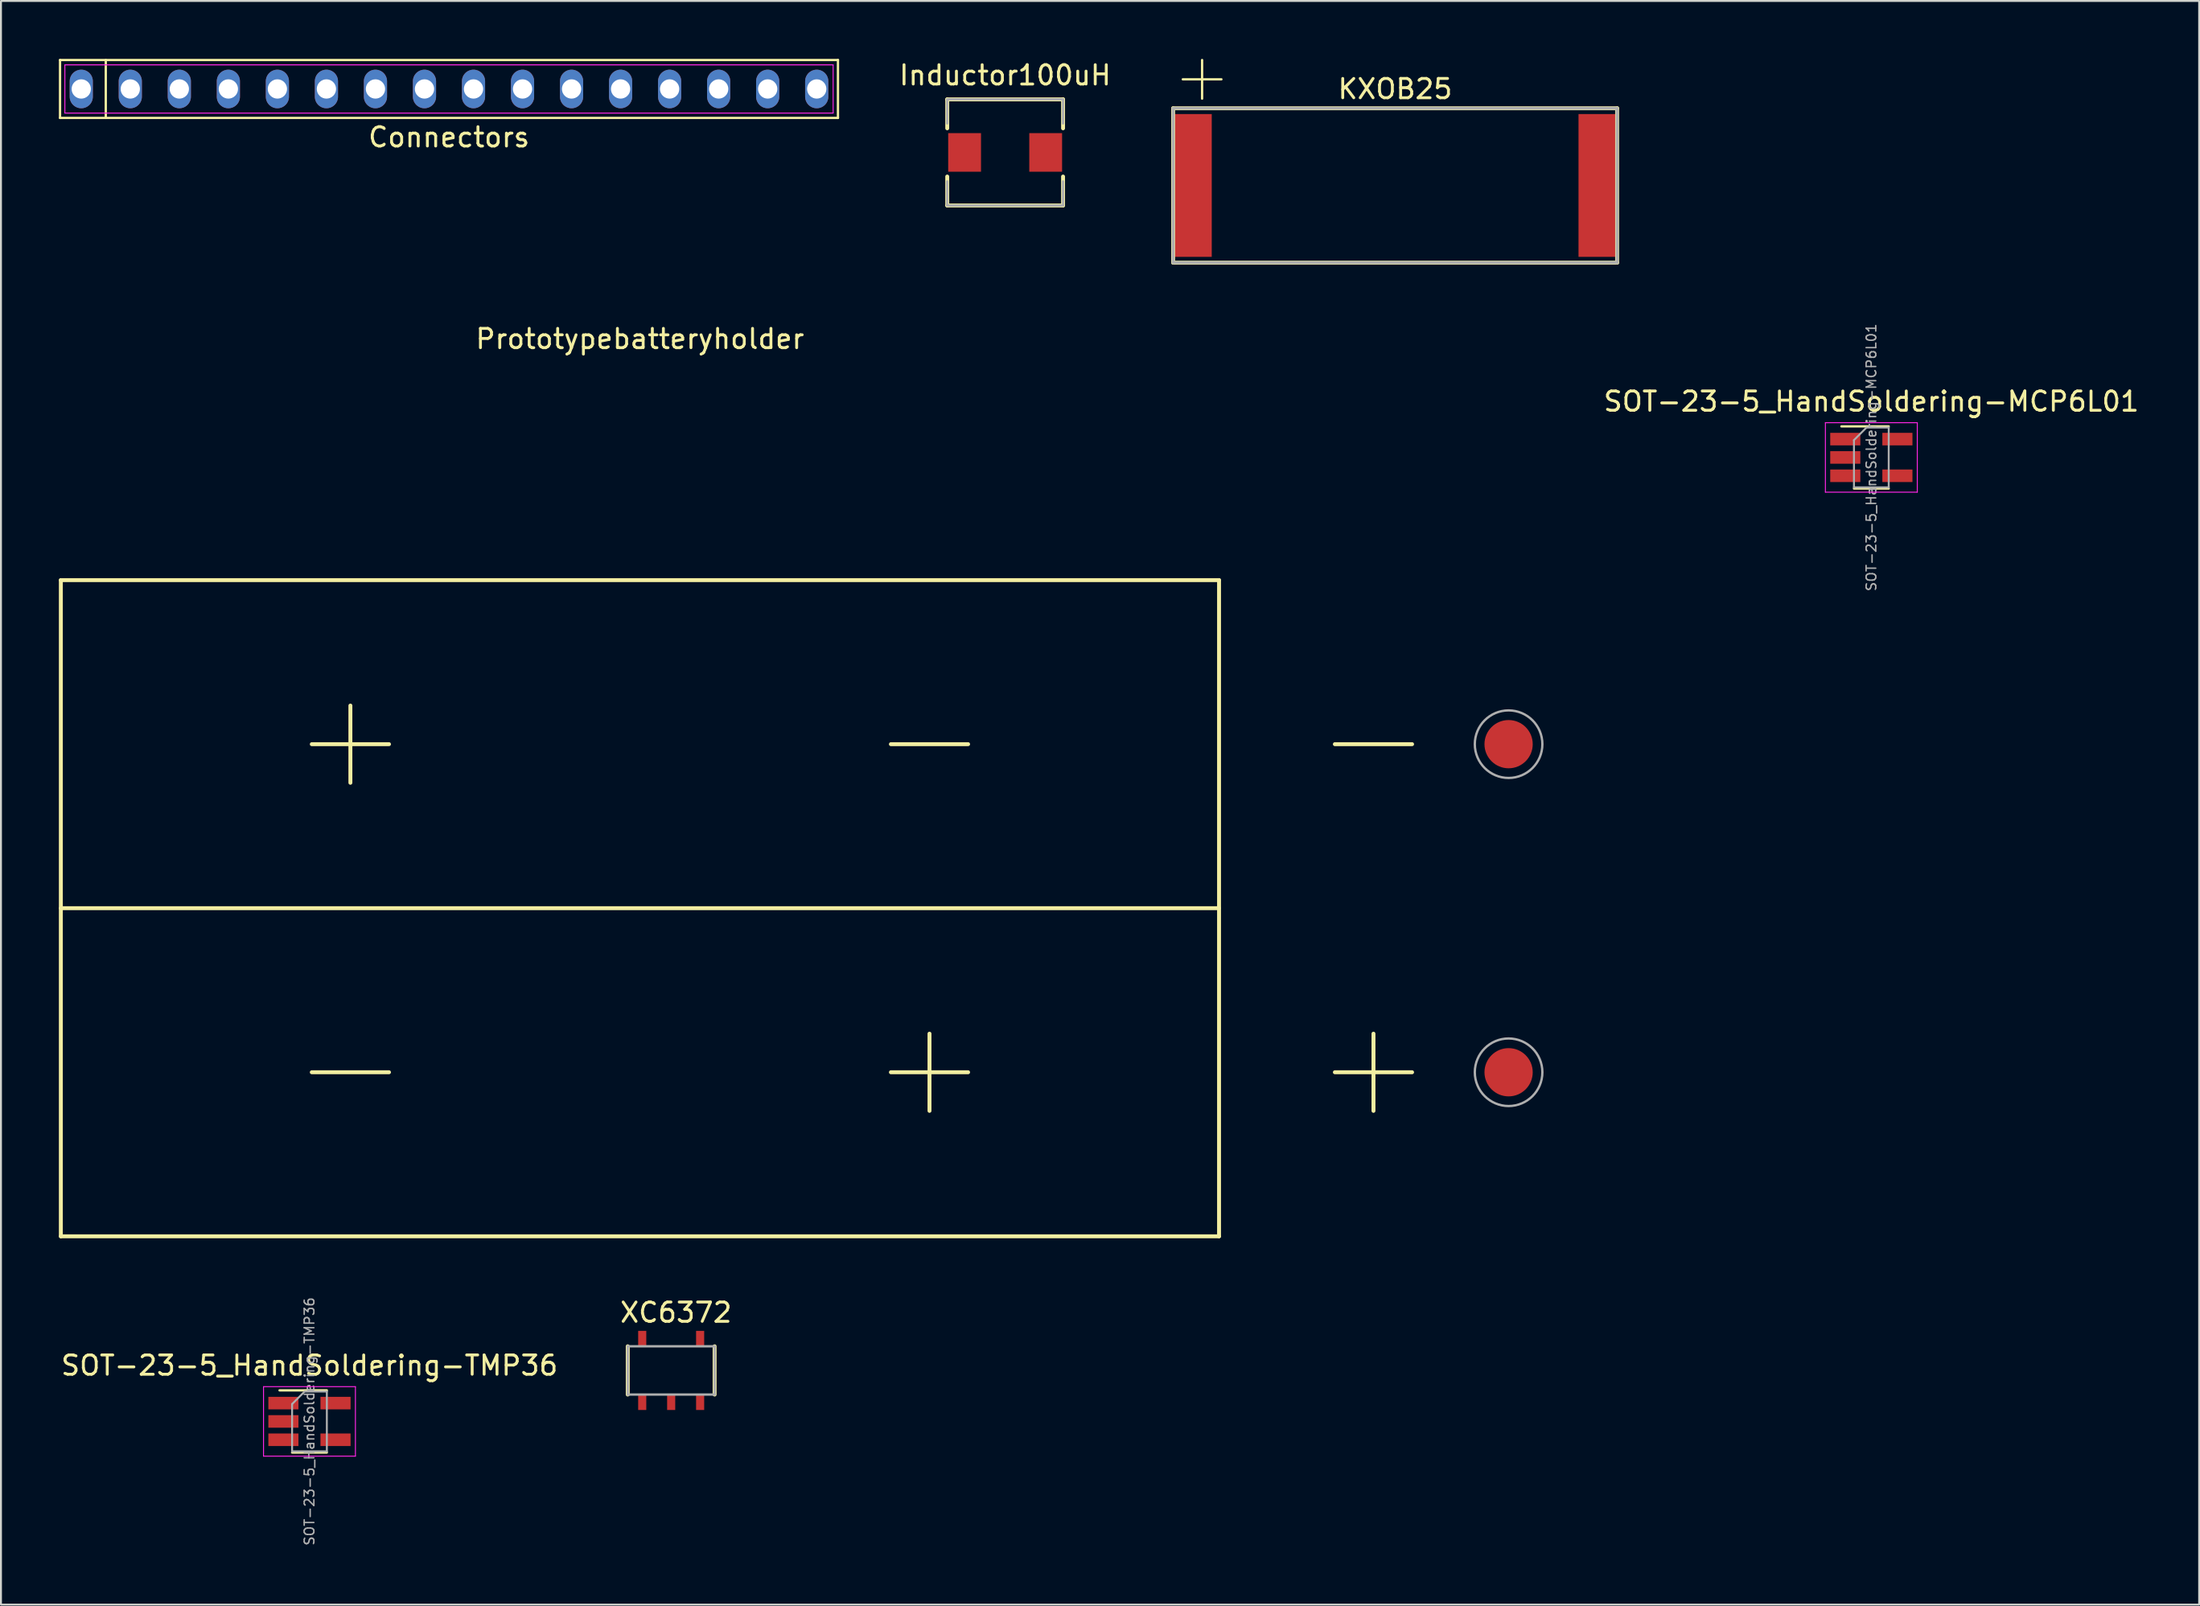
<source format=kicad_pcb>
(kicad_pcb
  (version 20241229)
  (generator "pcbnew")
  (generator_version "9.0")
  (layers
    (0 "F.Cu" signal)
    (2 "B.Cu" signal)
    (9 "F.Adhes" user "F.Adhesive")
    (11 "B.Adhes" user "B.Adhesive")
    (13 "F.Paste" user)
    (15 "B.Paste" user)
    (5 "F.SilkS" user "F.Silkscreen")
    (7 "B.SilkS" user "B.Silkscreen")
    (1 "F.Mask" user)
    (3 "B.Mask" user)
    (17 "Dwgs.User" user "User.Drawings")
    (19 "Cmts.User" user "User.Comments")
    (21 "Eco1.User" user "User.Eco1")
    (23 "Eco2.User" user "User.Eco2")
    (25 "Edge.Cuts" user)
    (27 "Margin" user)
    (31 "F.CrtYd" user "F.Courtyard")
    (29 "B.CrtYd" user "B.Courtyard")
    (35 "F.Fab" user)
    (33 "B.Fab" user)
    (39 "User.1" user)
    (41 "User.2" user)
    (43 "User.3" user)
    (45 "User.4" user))
  (footprint "Inductor100uH"
    (layer "F.Cu")
    (at 49.021 4.848)
    (property "Reference" "Inductor100uH" (at 0 -4 0) (layer "F.SilkS") (effects (font (size 1 1) (thickness 0.15))))
    (attr through_hole)
    (fp_line (start -3 -2.75) (end 3 -2.75) (stroke (width 0.203) (type solid)) (layer "F.SilkS"))
    (fp_line (start -3 -1.25) (end -3 -2.75) (stroke (width 0.203) (type solid)) (layer "F.SilkS"))
    (fp_line (start -3 1.25) (end -3 2.75) (stroke (width 0.203) (type solid)) (layer "F.SilkS"))
    (fp_line (start -3 2.75) (end 3 2.75) (stroke (width 0.203) (type solid)) (layer "F.SilkS"))
    (fp_line (start 3 -2.75) (end 3 -1.25) (stroke (width 0.203) (type solid)) (layer "F.SilkS"))
    (fp_line (start 3 2.75) (end 3 1.25) (stroke (width 0.203) (type solid)) (layer "F.SilkS"))
    (fp_line (start -3 -2.75) (end 3 -2.75) (stroke (width 0.12) (type solid)) (layer "F.Fab"))
    (fp_line (start -3 -1.5) (end -3 -2.75) (stroke (width 0.12) (type solid)) (layer "F.Fab"))
    (fp_line (start -3 2.75) (end -3 1.5) (stroke (width 0.12) (type solid)) (layer "F.Fab"))
    (fp_line (start 3 -2.75) (end 3 -1.5) (stroke (width 0.12) (type solid)) (layer "F.Fab"))
    (fp_line (start 3 1.5) (end 3 2.75) (stroke (width 0.12) (type solid)) (layer "F.Fab"))
    (fp_line (start 3 2.75) (end -3 2.75) (stroke (width 0.12) (type solid)) (layer "F.Fab"))
    (pad "1" smd rect (at -2.1 0) (size 1.7 2) (layers "F.Cu" "F.Mask" "F.Paste"))
    (pad "2" smd rect (at 2.1 0) (size 1.7 2) (layers "F.Cu" "F.Mask" "F.Paste")))
  (footprint "Prototypebatteryholder"
    (layer "F.Cu")
    (at 30.102 44.01)
    (property "Reference" "Prototypebatteryholder" (at 0 -29.5 0) (layer "F.SilkS") (effects (font (size 1 1) (thickness 0.15))))
    (attr through_hole)
    (fp_line (start -30 -17) (end -30 17) (stroke (width 0.203) (type solid)) (layer "F.SilkS"))
    (fp_line (start -30 0) (end 30 0) (stroke (width 0.203) (type solid)) (layer "F.SilkS"))
    (fp_line (start -30 17) (end 30 17) (stroke (width 0.203) (type solid)) (layer "F.SilkS"))
    (fp_line (start -17 8.5) (end -13 8.5) (stroke (width 0.203) (type solid)) (layer "F.SilkS"))
    (fp_line (start -15 -10.5) (end -15 -6.5) (stroke (width 0.203) (type solid)) (layer "F.SilkS"))
    (fp_line (start -13 -8.5) (end -17 -8.5) (stroke (width 0.203) (type solid)) (layer "F.SilkS"))
    (fp_line (start 13 -8.5) (end 17 -8.5) (stroke (width 0.203) (type solid)) (layer "F.SilkS"))
    (fp_line (start 13 8.5) (end 17 8.5) (stroke (width 0.203) (type solid)) (layer "F.SilkS"))
    (fp_line (start 15 6.5) (end 15 10.5) (stroke (width 0.203) (type solid)) (layer "F.SilkS"))
    (fp_line (start 30 -17) (end -30 -17) (stroke (width 0.203) (type solid)) (layer "F.SilkS"))
    (fp_line (start 30 17) (end 30 -17) (stroke (width 0.203) (type solid)) (layer "F.SilkS"))
    (fp_line (start 36 -8.5) (end 40 -8.5) (stroke (width 0.203) (type solid)) (layer "F.SilkS"))
    (fp_line (start 36 8.5) (end 40 8.5) (stroke (width 0.203) (type solid)) (layer "F.SilkS"))
    (fp_line (start 38 6.5) (end 38 10.5) (stroke (width 0.203) (type solid)) (layer "F.SilkS"))
    (fp_circle (center 45 -8.5) (end 46.75 -8.5) (stroke (width 0.12) (type solid)) (fill no) (layer "F.Fab"))
    (fp_circle (center 45 8.5) (end 46.75 8.5) (stroke (width 0.12) (type solid)) (fill no) (layer "F.Fab"))
    (pad "1" smd circle (at 45 8.5) (size 2.5 2.5) (layers "F.Cu" "F.Mask" "F.Paste"))
    (pad "2" smd circle (at 45 -8.5) (size 2.5 2.5) (layers "F.Cu" "F.Mask" "F.Paste")))
  (footprint "SOT-23-5_HandSoldering-MCP6L01"
    (layer "F.Cu")
    (at 93.894 20.653)
    (property "Reference" "SOT-23-5_HandSoldering-MCP6L01" (at 0 -2.9 0) (layer "F.SilkS") (effects (font (size 1 1) (thickness 0.15))))
    (attr smd)
    (fp_line (start -0.9 1.61) (end 0.9 1.61) (stroke (width 0.12) (type solid)) (layer "F.SilkS"))
    (fp_line (start 0.9 -1.61) (end -1.55 -1.61) (stroke (width 0.12) (type solid)) (layer "F.SilkS"))
    (fp_line (start -2.38 -1.8) (end -2.38 1.8) (stroke (width 0.05) (type solid)) (layer "F.CrtYd"))
    (fp_line (start -2.38 -1.8) (end 2.38 -1.8) (stroke (width 0.05) (type solid)) (layer "F.CrtYd"))
    (fp_line (start 2.38 1.8) (end -2.38 1.8) (stroke (width 0.05) (type solid)) (layer "F.CrtYd"))
    (fp_line (start 2.38 1.8) (end 2.38 -1.8) (stroke (width 0.05) (type solid)) (layer "F.CrtYd"))
    (fp_line (start -0.9 -0.9) (end -0.9 1.55) (stroke (width 0.1) (type solid)) (layer "F.Fab"))
    (fp_line (start -0.9 -0.9) (end -0.25 -1.55) (stroke (width 0.1) (type solid)) (layer "F.Fab"))
    (fp_line (start 0.9 -1.55) (end -0.25 -1.55) (stroke (width 0.1) (type solid)) (layer "F.Fab"))
    (fp_line (start 0.9 -1.55) (end 0.9 1.55) (stroke (width 0.1) (type solid)) (layer "F.Fab"))
    (fp_line (start 0.9 1.55) (end -0.9 1.55) (stroke (width 0.1) (type solid)) (layer "F.Fab"))
    (fp_text user "${REFERENCE}" (at 0 0 90) (layer "F.Fab") (effects (font (size 0.5 0.5) (thickness 0.075))))
    (pad "1" smd rect (at -1.35 -0.95) (size 1.56 0.65) (layers "F.Cu" "F.Mask" "F.Paste"))
    (pad "2" smd rect (at -1.35 0) (size 1.56 0.65) (layers "F.Cu" "F.Mask" "F.Paste"))
    (pad "3" smd rect (at -1.35 0.95) (size 1.56 0.65) (layers "F.Cu" "F.Mask" "F.Paste"))
    (pad "4" smd rect (at 1.35 0.95) (size 1.56 0.65) (layers "F.Cu" "F.Mask" "F.Paste"))
    (pad "5" smd rect (at 1.35 -0.95) (size 1.56 0.65) (layers "F.Cu" "F.Mask" "F.Paste")))
  (footprint "SOT-23-5_HandSoldering-TMP36"
    (layer "F.Cu")
    (at 12.982 70.603)
    (property "Reference" "SOT-23-5_HandSoldering-TMP36" (at 0 -2.9 0) (layer "F.SilkS") (effects (font (size 1 1) (thickness 0.15))))
    (attr smd)
    (fp_line (start -0.9 1.61) (end 0.9 1.61) (stroke (width 0.12) (type solid)) (layer "F.SilkS"))
    (fp_line (start 0.9 -1.61) (end -1.55 -1.61) (stroke (width 0.12) (type solid)) (layer "F.SilkS"))
    (fp_line (start -2.38 -1.8) (end -2.38 1.8) (stroke (width 0.05) (type solid)) (layer "F.CrtYd"))
    (fp_line (start -2.38 -1.8) (end 2.38 -1.8) (stroke (width 0.05) (type solid)) (layer "F.CrtYd"))
    (fp_line (start 2.38 1.8) (end -2.38 1.8) (stroke (width 0.05) (type solid)) (layer "F.CrtYd"))
    (fp_line (start 2.38 1.8) (end 2.38 -1.8) (stroke (width 0.05) (type solid)) (layer "F.CrtYd"))
    (fp_line (start -0.9 -0.9) (end -0.9 1.55) (stroke (width 0.1) (type solid)) (layer "F.Fab"))
    (fp_line (start -0.9 -0.9) (end -0.25 -1.55) (stroke (width 0.1) (type solid)) (layer "F.Fab"))
    (fp_line (start 0.9 -1.55) (end -0.25 -1.55) (stroke (width 0.1) (type solid)) (layer "F.Fab"))
    (fp_line (start 0.9 -1.55) (end 0.9 1.55) (stroke (width 0.1) (type solid)) (layer "F.Fab"))
    (fp_line (start 0.9 1.55) (end -0.9 1.55) (stroke (width 0.1) (type solid)) (layer "F.Fab"))
    (fp_text user "${REFERENCE}" (at 0 0 90) (layer "F.Fab") (effects (font (size 0.5 0.5) (thickness 0.075))))
    (pad "1" smd rect (at -1.35 -0.95) (size 1.56 0.65) (layers "F.Cu" "F.Mask" "F.Paste"))
    (pad "2" smd rect (at -1.35 0) (size 1.56 0.65) (layers "F.Cu" "F.Mask" "F.Paste"))
    (pad "3" smd rect (at -1.35 0.95) (size 1.56 0.65) (layers "F.Cu" "F.Mask" "F.Paste"))
    (pad "4" smd rect (at 1.35 0.95) (size 1.56 0.65) (layers "F.Cu" "F.Mask" "F.Paste"))
    (pad "5" smd rect (at 1.35 -0.95) (size 1.56 0.65) (layers "F.Cu" "F.Mask" "F.Paste")))
  (footprint "XC6372"
    (layer "F.Cu")
    (at 31.72 67.96)
    (property "Reference" "XC6372" (at 0.25 -3 0) (layer "F.SilkS") (effects (font (size 1 1) (thickness 0.15))))
    (attr through_hole)
    (fp_line (start -2.25 -1.25) (end -2.25 1.25) (stroke (width 0.203) (type solid)) (layer "F.SilkS"))
    (fp_line (start 2.25 1.25) (end 2.25 -1.25) (stroke (width 0.203) (type solid)) (layer "F.SilkS"))
    (fp_line (start -2.25 -1.25) (end 2.25 -1.25) (stroke (width 0.12) (type solid)) (layer "F.Fab"))
    (fp_line (start -2.25 1.25) (end -2.25 -1.25) (stroke (width 0.12) (type solid)) (layer "F.Fab"))
    (fp_line (start -2.25 1.25) (end 2.25 1.25) (stroke (width 0.12) (type solid)) (layer "F.Fab"))
    (fp_line (start 2.25 1.25) (end 2.25 -1.25) (stroke (width 0.12) (type solid)) (layer "F.Fab"))
    (pad "1" smd rect (at -1.5 1.65) (size 0.42 0.8) (layers "F.Cu" "F.Mask" "F.Paste"))
    (pad "2" smd rect (at 0 1.65) (size 0.42 0.8) (layers "F.Cu" "F.Mask" "F.Paste"))
    (pad "3" smd rect (at 1.5 1.65) (size 0.42 0.8) (layers "F.Cu" "F.Mask" "F.Paste"))
    (pad "4" smd rect (at 1.5 -1.65) (size 0.42 0.8) (layers "F.Cu" "F.Mask" "F.Paste"))
    (pad "5" smd rect (at -1.5 -1.65) (size 0.42 0.8) (layers "F.Cu" "F.Mask" "F.Paste")))
  (footprint "KXOB25"
    (layer "F.Cu")
    (at 69.224 6.56)
    (property "Reference" "KXOB25" (at 0 -5 0) (layer "F.SilkS") (effects (font (size 1 1) (thickness 0.15))))
    (attr through_hole)
    (fp_line (start -11.5 -4) (end 11.5 -4) (stroke (width 0.203) (type solid)) (layer "F.SilkS"))
    (fp_line (start -11.5 4) (end -11.5 -4) (stroke (width 0.203) (type solid)) (layer "F.SilkS"))
    (fp_line (start -11 -5.5) (end -9 -5.5) (stroke (width 0.12) (type solid)) (layer "F.SilkS"))
    (fp_line (start -10 -6.5) (end -10 -4.5) (stroke (width 0.12) (type solid)) (layer "F.SilkS"))
    (fp_line (start 11.5 -4) (end 11.5 4) (stroke (width 0.203) (type solid)) (layer "F.SilkS"))
    (fp_line (start 11.5 4) (end -11.5 4) (stroke (width 0.203) (type solid)) (layer "F.SilkS"))
    (fp_line (start -11.5 -4) (end 11.5 -4) (stroke (width 0.15) (type solid)) (layer "F.Fab"))
    (fp_line (start -11.5 4) (end -11.5 -4) (stroke (width 0.15) (type solid)) (layer "F.Fab"))
    (fp_line (start -11.5 4) (end 11.5 4) (stroke (width 0.15) (type solid)) (layer "F.Fab"))
    (fp_line (start 11.5 4) (end 11.5 -4) (stroke (width 0.15) (type solid)) (layer "F.Fab"))
    (pad "1" smd rect (at -10.5 0) (size 2 7.4) (layers "F.Cu" "F.Mask" "F.Paste"))
    (pad "2" smd rect (at 10.5 0) (size 2 7.4) (layers "F.Cu" "F.Mask" "F.Paste")))
  (footprint "Connectors"
    (layer "F.Cu")
    (at 20.21 1.56)
    (property "Reference" "Connectors" (at 0 2.5 0) (layer "F.SilkS") (effects (font (size 1 1) (thickness 0.15))))
    (attr through_hole)
    (fp_line (start -20.15 -1.5) (end 20.15 -1.5) (stroke (width 0.12) (type solid)) (layer "F.SilkS"))
    (fp_line (start -20.15 1.5) (end -20.15 -1.5) (stroke (width 0.12) (type solid)) (layer "F.SilkS"))
    (fp_line (start -17.78 -1.5) (end -17.78 1.5) (stroke (width 0.12) (type solid)) (layer "F.SilkS"))
    (fp_line (start 20.15 -1.5) (end 20.15 1.5) (stroke (width 0.12) (type solid)) (layer "F.SilkS"))
    (fp_line (start 20.15 1.5) (end -20.15 1.5) (stroke (width 0.12) (type solid)) (layer "F.SilkS"))
    (fp_line (start -19.9 -1.25) (end 19.9 -1.25) (stroke (width 0.05) (type solid)) (layer "F.CrtYd"))
    (fp_line (start -19.9 1.25) (end -19.9 -1.25) (stroke (width 0.05) (type solid)) (layer "F.CrtYd"))
    (fp_line (start 19.9 -1.25) (end 19.9 1.25) (stroke (width 0.05) (type solid)) (layer "F.CrtYd"))
    (fp_line (start 19.9 1.25) (end -19.9 1.25) (stroke (width 0.05) (type solid)) (layer "F.CrtYd"))
    (pad "1" thru_hole oval (at -19.05 0) (size 1.2 2) (drill 1) (layers "*.Cu" "*.Mask"))
    (pad "2" thru_hole oval (at -16.51 0) (size 1.2 2) (drill 1) (layers "*.Cu" "*.Mask"))
    (pad "3" thru_hole oval (at -13.97 0) (size 1.2 2) (drill 1) (layers "*.Cu" "*.Mask"))
    (pad "4" thru_hole oval (at -11.43 0) (size 1.2 2) (drill 1) (layers "*.Cu" "*.Mask"))
    (pad "5" thru_hole oval (at -8.89 0) (size 1.2 2) (drill 1) (layers "*.Cu" "*.Mask"))
    (pad "6" thru_hole oval (at -6.35 0) (size 1.2 2) (drill 1) (layers "*.Cu" "*.Mask"))
    (pad "7" thru_hole oval (at -3.81 0) (size 1.2 2) (drill 1) (layers "*.Cu" "*.Mask"))
    (pad "8" thru_hole oval (at -1.27 0) (size 1.2 2) (drill 1) (layers "*.Cu" "*.Mask"))
    (pad "9" thru_hole oval (at 1.27 0) (size 1.2 2) (drill 1) (layers "*.Cu" "*.Mask"))
    (pad "10" thru_hole oval (at 3.81 0) (size 1.2 2) (drill 1) (layers "*.Cu" "*.Mask"))
    (pad "11" thru_hole oval (at 6.35 0) (size 1.2 2) (drill 1) (layers "*.Cu" "*.Mask"))
    (pad "12" thru_hole oval (at 8.89 0) (size 1.2 2) (drill 1) (layers "*.Cu" "*.Mask"))
    (pad "13" thru_hole oval (at 11.43 0) (size 1.2 2) (drill 1) (layers "*.Cu" "*.Mask"))
    (pad "14" thru_hole oval (at 13.97 0) (size 1.2 2) (drill 1) (layers "*.Cu" "*.Mask"))
    (pad "15" thru_hole oval (at 16.51 0) (size 1.2 2) (drill 1) (layers "*.Cu" "*.Mask"))
    (pad "16" thru_hole oval (at 19.05 0) (size 1.2 2) (drill 1) (layers "*.Cu" "*.Mask")))
  (gr_rect
    (start -3 -3)
    (end 110.876 80.094)
    (stroke (width 0.1) (type default))
    (fill no)
    (layer "Edge.Cuts")))
</source>
